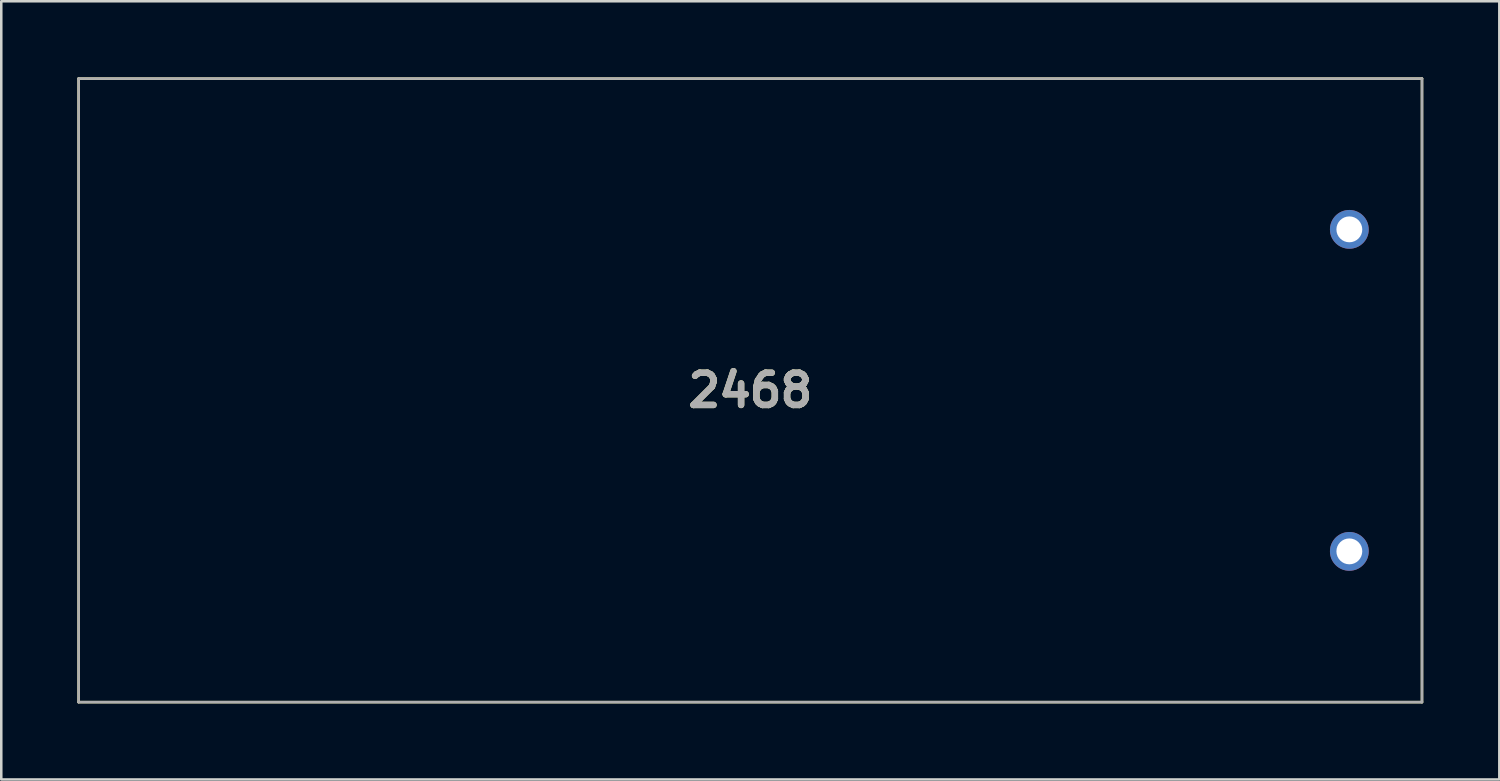
<source format=kicad_pcb>
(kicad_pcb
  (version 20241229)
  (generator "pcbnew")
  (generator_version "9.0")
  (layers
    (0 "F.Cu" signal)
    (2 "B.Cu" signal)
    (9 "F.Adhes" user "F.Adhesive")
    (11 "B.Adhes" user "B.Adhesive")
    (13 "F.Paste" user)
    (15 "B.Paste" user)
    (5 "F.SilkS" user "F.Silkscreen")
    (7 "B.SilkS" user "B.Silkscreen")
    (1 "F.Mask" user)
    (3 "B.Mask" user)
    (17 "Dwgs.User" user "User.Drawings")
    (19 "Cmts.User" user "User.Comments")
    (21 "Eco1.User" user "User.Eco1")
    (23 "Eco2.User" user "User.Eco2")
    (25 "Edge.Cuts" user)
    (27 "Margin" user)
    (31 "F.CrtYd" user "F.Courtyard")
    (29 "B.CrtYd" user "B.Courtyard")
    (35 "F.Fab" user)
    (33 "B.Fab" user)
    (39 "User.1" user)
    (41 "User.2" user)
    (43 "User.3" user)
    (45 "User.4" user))
  (footprint "2468"
    (layer "F.Cu")
    (at 26.54 12.345)
    (property "Reference" "2468" (at 0 0 0) (layer "F.SilkS") (effects (font (size 1.27 1.27) (thickness 0.254))))
    (attr through_hole)
    (fp_line (start -26.49 -12.295) (end -26.49 12.295) (stroke (width 0.1) (type solid)) (layer "F.SilkS"))
    (fp_line (start -26.49 12.295) (end 26.49 12.295) (stroke (width 0.1) (type solid)) (layer "F.SilkS"))
    (fp_line (start 26.49 -12.295) (end -26.49 -12.295) (stroke (width 0.1) (type solid)) (layer "F.SilkS"))
    (fp_line (start 26.49 12.295) (end 26.49 -12.295) (stroke (width 0.1) (type solid)) (layer "F.SilkS"))
    (fp_line (start -26.49 -12.295) (end -26.49 12.295) (stroke (width 0.1) (type solid)) (layer "F.Fab"))
    (fp_line (start -26.49 12.295) (end 26.49 12.295) (stroke (width 0.1) (type solid)) (layer "F.Fab"))
    (fp_line (start 26.49 -12.295) (end -26.49 -12.295) (stroke (width 0.1) (type solid)) (layer "F.Fab"))
    (fp_line (start 26.49 12.295) (end 26.49 -12.295) (stroke (width 0.1) (type solid)) (layer "F.Fab"))
    (fp_text user "${REFERENCE}" (at 0 0 0) (layer "F.Fab") (effects (font (size 1.27 1.27) (thickness 0.254))))
    (pad "" np_thru_hole circle (at -14.985 -2.35) (size 0.001 0.001) (drill 3.45) (layers "*.Cu" "*.Mask"))
    (pad "" np_thru_hole circle (at 14.985 2.35) (size 0.001 0.001) (drill 3.45) (layers "*.Cu" "*.Mask"))
    (pad "1" thru_hole circle (at 23.625 6.35) (size 1.53 1.53) (drill 1.02) (layers "*.Cu" "*.Mask"))
    (pad "2" thru_hole circle (at 23.625 -6.35) (size 1.53 1.53) (drill 1.02) (layers "*.Cu" "*.Mask")))
  (gr_rect
    (start -3 -3)
    (end 56.08 27.69)
    (stroke (width 0.1) (type default))
    (fill no)
    (layer "Edge.Cuts")))
</source>
